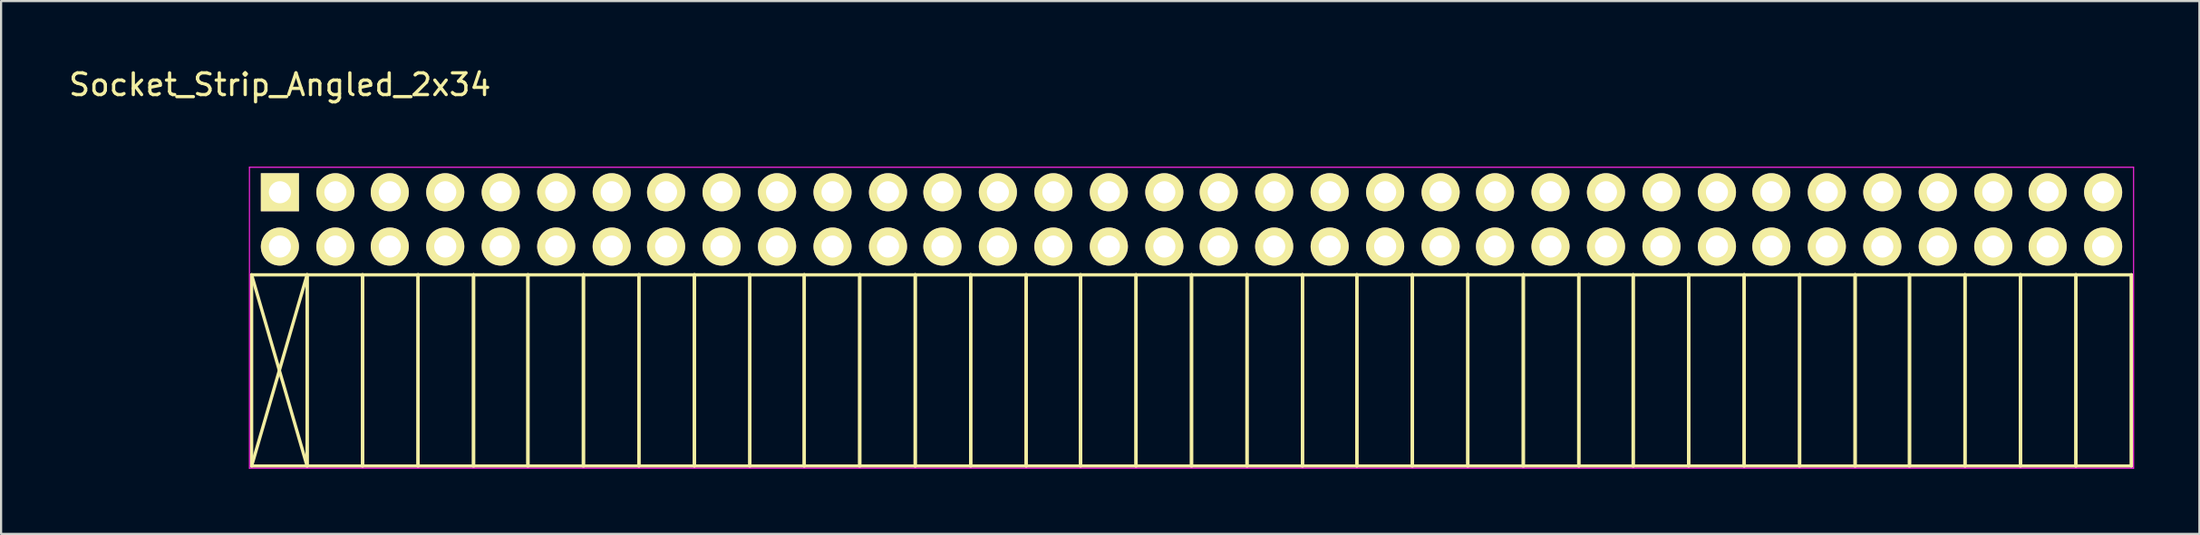
<source format=kicad_pcb>
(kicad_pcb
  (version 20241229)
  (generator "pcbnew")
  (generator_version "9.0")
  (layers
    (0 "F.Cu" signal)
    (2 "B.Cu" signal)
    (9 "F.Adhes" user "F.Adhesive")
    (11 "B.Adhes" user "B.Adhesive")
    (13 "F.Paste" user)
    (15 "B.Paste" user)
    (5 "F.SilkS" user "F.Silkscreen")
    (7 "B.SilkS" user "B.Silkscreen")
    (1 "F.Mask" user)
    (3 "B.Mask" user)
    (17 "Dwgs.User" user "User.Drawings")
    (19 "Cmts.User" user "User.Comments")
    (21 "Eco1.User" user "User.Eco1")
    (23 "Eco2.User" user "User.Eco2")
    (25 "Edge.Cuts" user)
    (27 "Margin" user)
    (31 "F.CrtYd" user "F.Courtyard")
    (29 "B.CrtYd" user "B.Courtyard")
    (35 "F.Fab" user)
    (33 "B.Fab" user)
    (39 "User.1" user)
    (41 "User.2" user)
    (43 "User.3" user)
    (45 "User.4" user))
  (footprint "Socket_Strip_Angled_2x34"
    (layer "F.Cu")
    (at 9.815 5.798)
    (property "Reference" "Socket_Strip_Angled_2x34" (at 0 -4.95 0) (layer "F.SilkS") (effects (font (size 1 1) (thickness 0.15))))
    (attr through_hole)
    (fp_line (start -1.3 3.8) (end -1.3 12.6) (stroke (width 0.15) (type solid)) (layer "F.SilkS"))
    (fp_line (start -1.3 3.8) (end 1.25 3.8) (stroke (width 0.15) (type solid)) (layer "F.SilkS"))
    (fp_line (start -1.3 3.8) (end 1.25 12.6) (stroke (width 0.15) (type solid)) (layer "F.SilkS"))
    (fp_line (start -1.3 12.6) (end 1.25 3.8) (stroke (width 0.15) (type solid)) (layer "F.SilkS"))
    (fp_line (start -1.3 12.6) (end 1.25 12.6) (stroke (width 0.15) (type solid)) (layer "F.SilkS"))
    (fp_line (start 1.25 3.8) (end 1.25 12.6) (stroke (width 0.15) (type solid)) (layer "F.SilkS"))
    (fp_line (start 1.25 3.8) (end 3.8 3.8) (stroke (width 0.15) (type solid)) (layer "F.SilkS"))
    (fp_line (start 1.25 12.6) (end 1.25 3.8) (stroke (width 0.15) (type solid)) (layer "F.SilkS"))
    (fp_line (start 1.25 12.6) (end 3.8 12.6) (stroke (width 0.15) (type solid)) (layer "F.SilkS"))
    (fp_line (start 3.8 3.8) (end 3.8 12.6) (stroke (width 0.15) (type solid)) (layer "F.SilkS"))
    (fp_line (start 3.8 3.8) (end 6.35 3.8) (stroke (width 0.15) (type solid)) (layer "F.SilkS"))
    (fp_line (start 3.8 12.6) (end 3.8 3.8) (stroke (width 0.15) (type solid)) (layer "F.SilkS"))
    (fp_line (start 3.8 12.6) (end 6.35 12.6) (stroke (width 0.15) (type solid)) (layer "F.SilkS"))
    (fp_line (start 6.35 3.8) (end 6.35 12.6) (stroke (width 0.15) (type solid)) (layer "F.SilkS"))
    (fp_line (start 6.35 3.8) (end 8.9 3.8) (stroke (width 0.15) (type solid)) (layer "F.SilkS"))
    (fp_line (start 6.35 12.6) (end 6.35 3.8) (stroke (width 0.15) (type solid)) (layer "F.SilkS"))
    (fp_line (start 6.35 12.6) (end 8.9 12.6) (stroke (width 0.15) (type solid)) (layer "F.SilkS"))
    (fp_line (start 8.9 3.8) (end 8.9 12.6) (stroke (width 0.15) (type solid)) (layer "F.SilkS"))
    (fp_line (start 8.9 3.8) (end 11.4 3.8) (stroke (width 0.15) (type solid)) (layer "F.SilkS"))
    (fp_line (start 8.9 12.6) (end 8.9 3.8) (stroke (width 0.15) (type solid)) (layer "F.SilkS"))
    (fp_line (start 8.9 12.6) (end 11.4 12.6) (stroke (width 0.15) (type solid)) (layer "F.SilkS"))
    (fp_line (start 11.4 3.8) (end 11.4 12.6) (stroke (width 0.15) (type solid)) (layer "F.SilkS"))
    (fp_line (start 11.4 3.8) (end 13.95 3.8) (stroke (width 0.15) (type solid)) (layer "F.SilkS"))
    (fp_line (start 11.4 12.6) (end 11.4 3.8) (stroke (width 0.15) (type solid)) (layer "F.SilkS"))
    (fp_line (start 11.4 12.6) (end 13.95 12.6) (stroke (width 0.15) (type solid)) (layer "F.SilkS"))
    (fp_line (start 13.95 3.8) (end 13.95 12.6) (stroke (width 0.15) (type solid)) (layer "F.SilkS"))
    (fp_line (start 13.95 3.8) (end 16.5 3.8) (stroke (width 0.15) (type solid)) (layer "F.SilkS"))
    (fp_line (start 13.95 12.6) (end 13.95 3.8) (stroke (width 0.15) (type solid)) (layer "F.SilkS"))
    (fp_line (start 13.95 12.6) (end 16.5 12.6) (stroke (width 0.15) (type solid)) (layer "F.SilkS"))
    (fp_line (start 16.5 3.8) (end 16.5 12.6) (stroke (width 0.15) (type solid)) (layer "F.SilkS"))
    (fp_line (start 16.5 3.8) (end 19.05 3.8) (stroke (width 0.15) (type solid)) (layer "F.SilkS"))
    (fp_line (start 16.5 12.6) (end 16.5 3.8) (stroke (width 0.15) (type solid)) (layer "F.SilkS"))
    (fp_line (start 16.5 12.6) (end 19.05 12.6) (stroke (width 0.15) (type solid)) (layer "F.SilkS"))
    (fp_line (start 19.05 3.8) (end 19.05 12.6) (stroke (width 0.15) (type solid)) (layer "F.SilkS"))
    (fp_line (start 19.05 3.8) (end 21.6 3.8) (stroke (width 0.15) (type solid)) (layer "F.SilkS"))
    (fp_line (start 19.05 12.6) (end 19.05 3.8) (stroke (width 0.15) (type solid)) (layer "F.SilkS"))
    (fp_line (start 19.05 12.6) (end 21.6 12.6) (stroke (width 0.15) (type solid)) (layer "F.SilkS"))
    (fp_line (start 21.6 3.8) (end 21.6 12.6) (stroke (width 0.15) (type solid)) (layer "F.SilkS"))
    (fp_line (start 21.6 3.8) (end 24.1 3.8) (stroke (width 0.15) (type solid)) (layer "F.SilkS"))
    (fp_line (start 21.6 12.6) (end 21.6 3.8) (stroke (width 0.15) (type solid)) (layer "F.SilkS"))
    (fp_line (start 21.6 12.6) (end 24.1 12.6) (stroke (width 0.15) (type solid)) (layer "F.SilkS"))
    (fp_line (start 24.1 3.8) (end 24.1 12.6) (stroke (width 0.15) (type solid)) (layer "F.SilkS"))
    (fp_line (start 24.1 3.8) (end 26.65 3.8) (stroke (width 0.15) (type solid)) (layer "F.SilkS"))
    (fp_line (start 24.1 12.6) (end 24.1 3.8) (stroke (width 0.15) (type solid)) (layer "F.SilkS"))
    (fp_line (start 24.1 12.6) (end 26.65 12.6) (stroke (width 0.15) (type solid)) (layer "F.SilkS"))
    (fp_line (start 26.65 3.8) (end 26.65 12.6) (stroke (width 0.15) (type solid)) (layer "F.SilkS"))
    (fp_line (start 26.65 3.8) (end 29.2 3.8) (stroke (width 0.15) (type solid)) (layer "F.SilkS"))
    (fp_line (start 26.65 12.6) (end 26.65 3.8) (stroke (width 0.15) (type solid)) (layer "F.SilkS"))
    (fp_line (start 26.65 12.6) (end 29.2 12.6) (stroke (width 0.15) (type solid)) (layer "F.SilkS"))
    (fp_line (start 29.2 3.8) (end 29.2 12.6) (stroke (width 0.15) (type solid)) (layer "F.SilkS"))
    (fp_line (start 29.2 3.8) (end 31.75 3.8) (stroke (width 0.15) (type solid)) (layer "F.SilkS"))
    (fp_line (start 29.2 12.6) (end 29.2 3.8) (stroke (width 0.15) (type solid)) (layer "F.SilkS"))
    (fp_line (start 29.2 12.6) (end 31.75 12.6) (stroke (width 0.15) (type solid)) (layer "F.SilkS"))
    (fp_line (start 31.75 3.8) (end 31.75 12.6) (stroke (width 0.15) (type solid)) (layer "F.SilkS"))
    (fp_line (start 31.75 3.8) (end 34.3 3.8) (stroke (width 0.15) (type solid)) (layer "F.SilkS"))
    (fp_line (start 31.75 12.6) (end 31.75 3.8) (stroke (width 0.15) (type solid)) (layer "F.SilkS"))
    (fp_line (start 31.75 12.6) (end 34.3 12.6) (stroke (width 0.15) (type solid)) (layer "F.SilkS"))
    (fp_line (start 34.3 3.8) (end 34.3 12.6) (stroke (width 0.15) (type solid)) (layer "F.SilkS"))
    (fp_line (start 34.3 3.8) (end 36.8 3.8) (stroke (width 0.15) (type solid)) (layer "F.SilkS"))
    (fp_line (start 34.3 12.6) (end 34.3 3.8) (stroke (width 0.15) (type solid)) (layer "F.SilkS"))
    (fp_line (start 34.3 12.6) (end 36.8 12.6) (stroke (width 0.15) (type solid)) (layer "F.SilkS"))
    (fp_line (start 36.8 3.8) (end 36.8 12.6) (stroke (width 0.15) (type solid)) (layer "F.SilkS"))
    (fp_line (start 36.8 3.8) (end 39.35 3.8) (stroke (width 0.15) (type solid)) (layer "F.SilkS"))
    (fp_line (start 36.8 12.6) (end 36.8 3.8) (stroke (width 0.15) (type solid)) (layer "F.SilkS"))
    (fp_line (start 36.8 12.6) (end 39.35 12.6) (stroke (width 0.15) (type solid)) (layer "F.SilkS"))
    (fp_line (start 39.35 3.8) (end 39.35 12.6) (stroke (width 0.15) (type solid)) (layer "F.SilkS"))
    (fp_line (start 39.35 3.8) (end 41.9 3.8) (stroke (width 0.15) (type solid)) (layer "F.SilkS"))
    (fp_line (start 39.35 12.6) (end 39.35 3.8) (stroke (width 0.15) (type solid)) (layer "F.SilkS"))
    (fp_line (start 39.35 12.6) (end 41.9 12.6) (stroke (width 0.15) (type solid)) (layer "F.SilkS"))
    (fp_line (start 41.9 3.8) (end 41.9 12.6) (stroke (width 0.15) (type solid)) (layer "F.SilkS"))
    (fp_line (start 41.9 3.8) (end 44.45 3.8) (stroke (width 0.15) (type solid)) (layer "F.SilkS"))
    (fp_line (start 41.9 12.6) (end 41.9 3.8) (stroke (width 0.15) (type solid)) (layer "F.SilkS"))
    (fp_line (start 41.9 12.6) (end 44.45 12.6) (stroke (width 0.15) (type solid)) (layer "F.SilkS"))
    (fp_line (start 44.45 3.8) (end 44.45 12.6) (stroke (width 0.15) (type solid)) (layer "F.SilkS"))
    (fp_line (start 44.45 3.8) (end 47 3.8) (stroke (width 0.15) (type solid)) (layer "F.SilkS"))
    (fp_line (start 44.45 12.6) (end 44.45 3.8) (stroke (width 0.15) (type solid)) (layer "F.SilkS"))
    (fp_line (start 44.45 12.6) (end 47 12.6) (stroke (width 0.15) (type solid)) (layer "F.SilkS"))
    (fp_line (start 47 3.8) (end 47 12.6) (stroke (width 0.15) (type solid)) (layer "F.SilkS"))
    (fp_line (start 47 3.8) (end 49.5 3.8) (stroke (width 0.15) (type solid)) (layer "F.SilkS"))
    (fp_line (start 47 12.6) (end 47 3.8) (stroke (width 0.15) (type solid)) (layer "F.SilkS"))
    (fp_line (start 47 12.6) (end 49.5 12.6) (stroke (width 0.15) (type solid)) (layer "F.SilkS"))
    (fp_line (start 49.5 3.8) (end 49.5 12.6) (stroke (width 0.15) (type solid)) (layer "F.SilkS"))
    (fp_line (start 49.5 3.8) (end 52.05 3.8) (stroke (width 0.15) (type solid)) (layer "F.SilkS"))
    (fp_line (start 49.5 12.6) (end 49.5 3.8) (stroke (width 0.15) (type solid)) (layer "F.SilkS"))
    (fp_line (start 49.5 12.6) (end 52.05 12.6) (stroke (width 0.15) (type solid)) (layer "F.SilkS"))
    (fp_line (start 52.05 3.8) (end 52.05 12.6) (stroke (width 0.15) (type solid)) (layer "F.SilkS"))
    (fp_line (start 52.05 3.8) (end 54.6 3.8) (stroke (width 0.15) (type solid)) (layer "F.SilkS"))
    (fp_line (start 52.05 12.6) (end 52.05 3.8) (stroke (width 0.15) (type solid)) (layer "F.SilkS"))
    (fp_line (start 52.05 12.6) (end 54.6 12.6) (stroke (width 0.15) (type solid)) (layer "F.SilkS"))
    (fp_line (start 54.6 3.8) (end 54.6 12.6) (stroke (width 0.15) (type solid)) (layer "F.SilkS"))
    (fp_line (start 54.6 3.8) (end 57.15 3.8) (stroke (width 0.15) (type solid)) (layer "F.SilkS"))
    (fp_line (start 54.6 12.6) (end 54.6 3.8) (stroke (width 0.15) (type solid)) (layer "F.SilkS"))
    (fp_line (start 54.6 12.6) (end 57.15 12.6) (stroke (width 0.15) (type solid)) (layer "F.SilkS"))
    (fp_line (start 57.15 3.8) (end 57.15 12.6) (stroke (width 0.15) (type solid)) (layer "F.SilkS"))
    (fp_line (start 57.15 3.8) (end 59.7 3.8) (stroke (width 0.15) (type solid)) (layer "F.SilkS"))
    (fp_line (start 57.15 12.6) (end 57.15 3.8) (stroke (width 0.15) (type solid)) (layer "F.SilkS"))
    (fp_line (start 57.15 12.6) (end 59.7 12.6) (stroke (width 0.15) (type solid)) (layer "F.SilkS"))
    (fp_line (start 59.7 3.8) (end 59.7 12.6) (stroke (width 0.15) (type solid)) (layer "F.SilkS"))
    (fp_line (start 59.7 3.8) (end 62.2 3.8) (stroke (width 0.15) (type solid)) (layer "F.SilkS"))
    (fp_line (start 59.7 12.6) (end 59.7 3.8) (stroke (width 0.15) (type solid)) (layer "F.SilkS"))
    (fp_line (start 59.7 12.6) (end 62.2 12.6) (stroke (width 0.15) (type solid)) (layer "F.SilkS"))
    (fp_line (start 62.2 3.8) (end 62.2 12.6) (stroke (width 0.15) (type solid)) (layer "F.SilkS"))
    (fp_line (start 62.2 3.8) (end 64.75 3.8) (stroke (width 0.15) (type solid)) (layer "F.SilkS"))
    (fp_line (start 62.2 12.6) (end 62.2 3.8) (stroke (width 0.15) (type solid)) (layer "F.SilkS"))
    (fp_line (start 62.2 12.6) (end 64.75 12.6) (stroke (width 0.15) (type solid)) (layer "F.SilkS"))
    (fp_line (start 64.75 3.8) (end 64.75 12.6) (stroke (width 0.15) (type solid)) (layer "F.SilkS"))
    (fp_line (start 64.75 3.8) (end 67.3 3.8) (stroke (width 0.15) (type solid)) (layer "F.SilkS"))
    (fp_line (start 64.75 12.6) (end 64.75 3.8) (stroke (width 0.15) (type solid)) (layer "F.SilkS"))
    (fp_line (start 64.75 12.6) (end 67.3 12.6) (stroke (width 0.15) (type solid)) (layer "F.SilkS"))
    (fp_line (start 67.3 3.8) (end 67.3 12.6) (stroke (width 0.15) (type solid)) (layer "F.SilkS"))
    (fp_line (start 67.3 3.8) (end 69.85 3.8) (stroke (width 0.15) (type solid)) (layer "F.SilkS"))
    (fp_line (start 67.3 12.6) (end 67.3 3.8) (stroke (width 0.15) (type solid)) (layer "F.SilkS"))
    (fp_line (start 67.3 12.6) (end 69.85 12.6) (stroke (width 0.15) (type solid)) (layer "F.SilkS"))
    (fp_line (start 69.85 3.8) (end 69.85 12.6) (stroke (width 0.15) (type solid)) (layer "F.SilkS"))
    (fp_line (start 69.85 3.8) (end 72.4 3.8) (stroke (width 0.15) (type solid)) (layer "F.SilkS"))
    (fp_line (start 69.85 12.6) (end 69.85 3.8) (stroke (width 0.15) (type solid)) (layer "F.SilkS"))
    (fp_line (start 69.85 12.6) (end 72.4 12.6) (stroke (width 0.15) (type solid)) (layer "F.SilkS"))
    (fp_line (start 72.4 3.8) (end 72.4 12.6) (stroke (width 0.15) (type solid)) (layer "F.SilkS"))
    (fp_line (start 72.4 3.8) (end 74.9 3.8) (stroke (width 0.15) (type solid)) (layer "F.SilkS"))
    (fp_line (start 72.4 12.6) (end 72.4 3.8) (stroke (width 0.15) (type solid)) (layer "F.SilkS"))
    (fp_line (start 72.4 12.6) (end 74.9 12.6) (stroke (width 0.15) (type solid)) (layer "F.SilkS"))
    (fp_line (start 74.9 3.8) (end 74.9 12.6) (stroke (width 0.15) (type solid)) (layer "F.SilkS"))
    (fp_line (start 74.9 3.8) (end 77.45 3.8) (stroke (width 0.15) (type solid)) (layer "F.SilkS"))
    (fp_line (start 74.9 12.6) (end 74.9 3.8) (stroke (width 0.15) (type solid)) (layer "F.SilkS"))
    (fp_line (start 74.9 12.6) (end 77.45 12.6) (stroke (width 0.15) (type solid)) (layer "F.SilkS"))
    (fp_line (start 77.45 3.8) (end 77.45 12.6) (stroke (width 0.15) (type solid)) (layer "F.SilkS"))
    (fp_line (start 77.45 3.8) (end 80 3.8) (stroke (width 0.15) (type solid)) (layer "F.SilkS"))
    (fp_line (start 77.45 12.6) (end 77.45 3.8) (stroke (width 0.15) (type solid)) (layer "F.SilkS"))
    (fp_line (start 77.45 12.6) (end 80 12.6) (stroke (width 0.15) (type solid)) (layer "F.SilkS"))
    (fp_line (start 80 3.8) (end 80 12.6) (stroke (width 0.15) (type solid)) (layer "F.SilkS"))
    (fp_line (start 80 3.8) (end 82.55 3.8) (stroke (width 0.15) (type solid)) (layer "F.SilkS"))
    (fp_line (start 80 12.6) (end 80 3.8) (stroke (width 0.15) (type solid)) (layer "F.SilkS"))
    (fp_line (start 80 12.6) (end 82.55 12.6) (stroke (width 0.15) (type solid)) (layer "F.SilkS"))
    (fp_line (start 82.55 3.8) (end 82.55 12.6) (stroke (width 0.15) (type solid)) (layer "F.SilkS"))
    (fp_line (start 82.55 3.8) (end 85.1 3.8) (stroke (width 0.15) (type solid)) (layer "F.SilkS"))
    (fp_line (start 82.55 12.6) (end 82.55 3.8) (stroke (width 0.15) (type solid)) (layer "F.SilkS"))
    (fp_line (start 82.55 12.6) (end 85.1 12.6) (stroke (width 0.15) (type solid)) (layer "F.SilkS"))
    (fp_line (start 85.1 3.8) (end 85.1 12.6) (stroke (width 0.15) (type solid)) (layer "F.SilkS"))
    (fp_line (start 85.1 12.6) (end 85.1 3.8) (stroke (width 0.15) (type solid)) (layer "F.SilkS"))
    (fp_line (start -1.4 -1.15) (end -1.4 12.7) (stroke (width 0.05) (type solid)) (layer "F.CrtYd"))
    (fp_line (start -1.4 -1.15) (end 85.2 -1.15) (stroke (width 0.05) (type solid)) (layer "F.CrtYd"))
    (fp_line (start -1.4 12.7) (end 85.2 12.7) (stroke (width 0.05) (type solid)) (layer "F.CrtYd"))
    (fp_line (start 85.2 -1.15) (end 85.2 12.7) (stroke (width 0.05) (type solid)) (layer "F.CrtYd"))
    (pad "1" thru_hole rect (at 0 0) (size 1.75 1.75) (drill 1.016) (layers "*.Cu" "*.Mask" "F.SilkS"))
    (pad "2" thru_hole oval (at 0 2.5) (size 1.75 1.75) (drill 1.016) (layers "*.Cu" "*.Mask" "F.SilkS"))
    (pad "3" thru_hole oval (at 2.55 0) (size 1.75 1.75) (drill 1.016) (layers "*.Cu" "*.Mask" "F.SilkS"))
    (pad "4" thru_hole oval (at 2.55 2.5) (size 1.75 1.75) (drill 1.016) (layers "*.Cu" "*.Mask" "F.SilkS"))
    (pad "5" thru_hole oval (at 5.05 0) (size 1.75 1.75) (drill 1.016) (layers "*.Cu" "*.Mask" "F.SilkS"))
    (pad "6" thru_hole oval (at 5.05 2.5) (size 1.75 1.75) (drill 1.016) (layers "*.Cu" "*.Mask" "F.SilkS"))
    (pad "7" thru_hole oval (at 7.6 0) (size 1.75 1.75) (drill 1.016) (layers "*.Cu" "*.Mask" "F.SilkS"))
    (pad "8" thru_hole oval (at 7.6 2.5) (size 1.75 1.75) (drill 1.016) (layers "*.Cu" "*.Mask" "F.SilkS"))
    (pad "9" thru_hole oval (at 10.15 0) (size 1.75 1.75) (drill 1.016) (layers "*.Cu" "*.Mask" "F.SilkS"))
    (pad "10" thru_hole oval (at 10.15 2.5) (size 1.75 1.75) (drill 1.016) (layers "*.Cu" "*.Mask" "F.SilkS"))
    (pad "11" thru_hole oval (at 12.7 0) (size 1.75 1.75) (drill 1.016) (layers "*.Cu" "*.Mask" "F.SilkS"))
    (pad "12" thru_hole oval (at 12.7 2.5) (size 1.75 1.75) (drill 1.016) (layers "*.Cu" "*.Mask" "F.SilkS"))
    (pad "13" thru_hole oval (at 15.25 0) (size 1.75 1.75) (drill 1.016) (layers "*.Cu" "*.Mask" "F.SilkS"))
    (pad "14" thru_hole oval (at 15.25 2.5) (size 1.75 1.75) (drill 1.016) (layers "*.Cu" "*.Mask" "F.SilkS"))
    (pad "15" thru_hole oval (at 17.75 0) (size 1.75 1.75) (drill 1.016) (layers "*.Cu" "*.Mask" "F.SilkS"))
    (pad "16" thru_hole oval (at 17.75 2.5) (size 1.75 1.75) (drill 1.016) (layers "*.Cu" "*.Mask" "F.SilkS"))
    (pad "17" thru_hole oval (at 20.3 0) (size 1.75 1.75) (drill 1.016) (layers "*.Cu" "*.Mask" "F.SilkS"))
    (pad "18" thru_hole oval (at 20.3 2.5) (size 1.75 1.75) (drill 1.016) (layers "*.Cu" "*.Mask" "F.SilkS"))
    (pad "19" thru_hole oval (at 22.85 0) (size 1.75 1.75) (drill 1.016) (layers "*.Cu" "*.Mask" "F.SilkS"))
    (pad "20" thru_hole oval (at 22.85 2.5) (size 1.75 1.75) (drill 1.016) (layers "*.Cu" "*.Mask" "F.SilkS"))
    (pad "21" thru_hole oval (at 25.4 0) (size 1.75 1.75) (drill 1.016) (layers "*.Cu" "*.Mask" "F.SilkS"))
    (pad "22" thru_hole oval (at 25.4 2.5) (size 1.75 1.75) (drill 1.016) (layers "*.Cu" "*.Mask" "F.SilkS"))
    (pad "23" thru_hole oval (at 27.95 0) (size 1.75 1.75) (drill 1.016) (layers "*.Cu" "*.Mask" "F.SilkS"))
    (pad "24" thru_hole oval (at 27.95 2.5) (size 1.75 1.75) (drill 1.016) (layers "*.Cu" "*.Mask" "F.SilkS"))
    (pad "25" thru_hole oval (at 30.45 0) (size 1.75 1.75) (drill 1.016) (layers "*.Cu" "*.Mask" "F.SilkS"))
    (pad "26" thru_hole oval (at 30.45 2.5) (size 1.75 1.75) (drill 1.016) (layers "*.Cu" "*.Mask" "F.SilkS"))
    (pad "27" thru_hole oval (at 33 0) (size 1.75 1.75) (drill 1.016) (layers "*.Cu" "*.Mask" "F.SilkS"))
    (pad "28" thru_hole oval (at 33 2.5) (size 1.75 1.75) (drill 1.016) (layers "*.Cu" "*.Mask" "F.SilkS"))
    (pad "29" thru_hole oval (at 35.55 0) (size 1.75 1.75) (drill 1.016) (layers "*.Cu" "*.Mask" "F.SilkS"))
    (pad "30" thru_hole oval (at 35.55 2.5) (size 1.75 1.75) (drill 1.016) (layers "*.Cu" "*.Mask" "F.SilkS"))
    (pad "31" thru_hole oval (at 38.1 0) (size 1.75 1.75) (drill 1.016) (layers "*.Cu" "*.Mask" "F.SilkS"))
    (pad "32" thru_hole oval (at 38.1 2.5) (size 1.75 1.75) (drill 1.016) (layers "*.Cu" "*.Mask" "F.SilkS"))
    (pad "33" thru_hole oval (at 40.65 0) (size 1.75 1.75) (drill 1.016) (layers "*.Cu" "*.Mask" "F.SilkS"))
    (pad "34" thru_hole oval (at 40.65 2.5) (size 1.75 1.75) (drill 1.016) (layers "*.Cu" "*.Mask" "F.SilkS"))
    (pad "35" thru_hole oval (at 43.15 0) (size 1.75 1.75) (drill 1.016) (layers "*.Cu" "*.Mask" "F.SilkS"))
    (pad "36" thru_hole oval (at 43.15 2.5) (size 1.75 1.75) (drill 1.016) (layers "*.Cu" "*.Mask" "F.SilkS"))
    (pad "37" thru_hole oval (at 45.7 0) (size 1.75 1.75) (drill 1.016) (layers "*.Cu" "*.Mask" "F.SilkS"))
    (pad "38" thru_hole oval (at 45.7 2.5) (size 1.75 1.75) (drill 1.016) (layers "*.Cu" "*.Mask" "F.SilkS"))
    (pad "39" thru_hole oval (at 48.25 0) (size 1.75 1.75) (drill 1.016) (layers "*.Cu" "*.Mask" "F.SilkS"))
    (pad "40" thru_hole oval (at 48.25 2.5) (size 1.75 1.75) (drill 1.016) (layers "*.Cu" "*.Mask" "F.SilkS"))
    (pad "41" thru_hole oval (at 50.8 0) (size 1.75 1.75) (drill 1.016) (layers "*.Cu" "*.Mask" "F.SilkS"))
    (pad "42" thru_hole oval (at 50.8 2.5) (size 1.75 1.75) (drill 1.016) (layers "*.Cu" "*.Mask" "F.SilkS"))
    (pad "43" thru_hole oval (at 53.35 0) (size 1.75 1.75) (drill 1.016) (layers "*.Cu" "*.Mask" "F.SilkS"))
    (pad "44" thru_hole oval (at 53.35 2.5) (size 1.75 1.75) (drill 1.016) (layers "*.Cu" "*.Mask" "F.SilkS"))
    (pad "45" thru_hole oval (at 55.85 0) (size 1.75 1.75) (drill 1.016) (layers "*.Cu" "*.Mask" "F.SilkS"))
    (pad "46" thru_hole oval (at 55.85 2.5) (size 1.75 1.75) (drill 1.016) (layers "*.Cu" "*.Mask" "F.SilkS"))
    (pad "47" thru_hole oval (at 58.4 0) (size 1.75 1.75) (drill 1.016) (layers "*.Cu" "*.Mask" "F.SilkS"))
    (pad "48" thru_hole oval (at 58.4 2.5) (size 1.75 1.75) (drill 1.016) (layers "*.Cu" "*.Mask" "F.SilkS"))
    (pad "49" thru_hole oval (at 60.95 0) (size 1.75 1.75) (drill 1.016) (layers "*.Cu" "*.Mask" "F.SilkS"))
    (pad "50" thru_hole oval (at 60.95 2.5) (size 1.75 1.75) (drill 1.016) (layers "*.Cu" "*.Mask" "F.SilkS"))
    (pad "51" thru_hole oval (at 63.5 0) (size 1.75 1.75) (drill 1.016) (layers "*.Cu" "*.Mask" "F.SilkS"))
    (pad "52" thru_hole oval (at 63.5 2.5) (size 1.75 1.75) (drill 1.016) (layers "*.Cu" "*.Mask" "F.SilkS"))
    (pad "53" thru_hole oval (at 66.05 0) (size 1.75 1.75) (drill 1.016) (layers "*.Cu" "*.Mask" "F.SilkS"))
    (pad "54" thru_hole oval (at 66.05 2.5) (size 1.75 1.75) (drill 1.016) (layers "*.Cu" "*.Mask" "F.SilkS"))
    (pad "55" thru_hole oval (at 68.55 0) (size 1.75 1.75) (drill 1.016) (layers "*.Cu" "*.Mask" "F.SilkS"))
    (pad "56" thru_hole oval (at 68.55 2.5) (size 1.75 1.75) (drill 1.016) (layers "*.Cu" "*.Mask" "F.SilkS"))
    (pad "57" thru_hole oval (at 71.1 0) (size 1.75 1.75) (drill 1.016) (layers "*.Cu" "*.Mask" "F.SilkS"))
    (pad "58" thru_hole oval (at 71.1 2.5) (size 1.75 1.75) (drill 1.016) (layers "*.Cu" "*.Mask" "F.SilkS"))
    (pad "59" thru_hole oval (at 73.65 0) (size 1.75 1.75) (drill 1.016) (layers "*.Cu" "*.Mask" "F.SilkS"))
    (pad "60" thru_hole oval (at 73.65 2.5) (size 1.75 1.75) (drill 1.016) (layers "*.Cu" "*.Mask" "F.SilkS"))
    (pad "61" thru_hole oval (at 76.2 0) (size 1.75 1.75) (drill 1.016) (layers "*.Cu" "*.Mask" "F.SilkS"))
    (pad "62" thru_hole oval (at 76.2 2.5) (size 1.75 1.75) (drill 1.016) (layers "*.Cu" "*.Mask" "F.SilkS"))
    (pad "63" thru_hole oval (at 78.75 0) (size 1.75 1.75) (drill 1.016) (layers "*.Cu" "*.Mask" "F.SilkS"))
    (pad "64" thru_hole oval (at 78.75 2.5) (size 1.75 1.75) (drill 1.016) (layers "*.Cu" "*.Mask" "F.SilkS"))
    (pad "65" thru_hole oval (at 81.25 0) (size 1.75 1.75) (drill 1.016) (layers "*.Cu" "*.Mask" "F.SilkS"))
    (pad "66" thru_hole oval (at 81.25 2.5) (size 1.75 1.75) (drill 1.016) (layers "*.Cu" "*.Mask" "F.SilkS"))
    (pad "67" thru_hole oval (at 83.8 0) (size 1.75 1.75) (drill 1.016) (layers "*.Cu" "*.Mask" "F.SilkS"))
    (pad "68" thru_hole oval (at 83.8 2.5) (size 1.75 1.75) (drill 1.016) (layers "*.Cu" "*.Mask" "F.SilkS")))
  (gr_rect
    (start -3 -3)
    (end 98.04 21.523)
    (stroke (width 0.1) (type default))
    (fill no)
    (layer "Edge.Cuts")))
</source>
